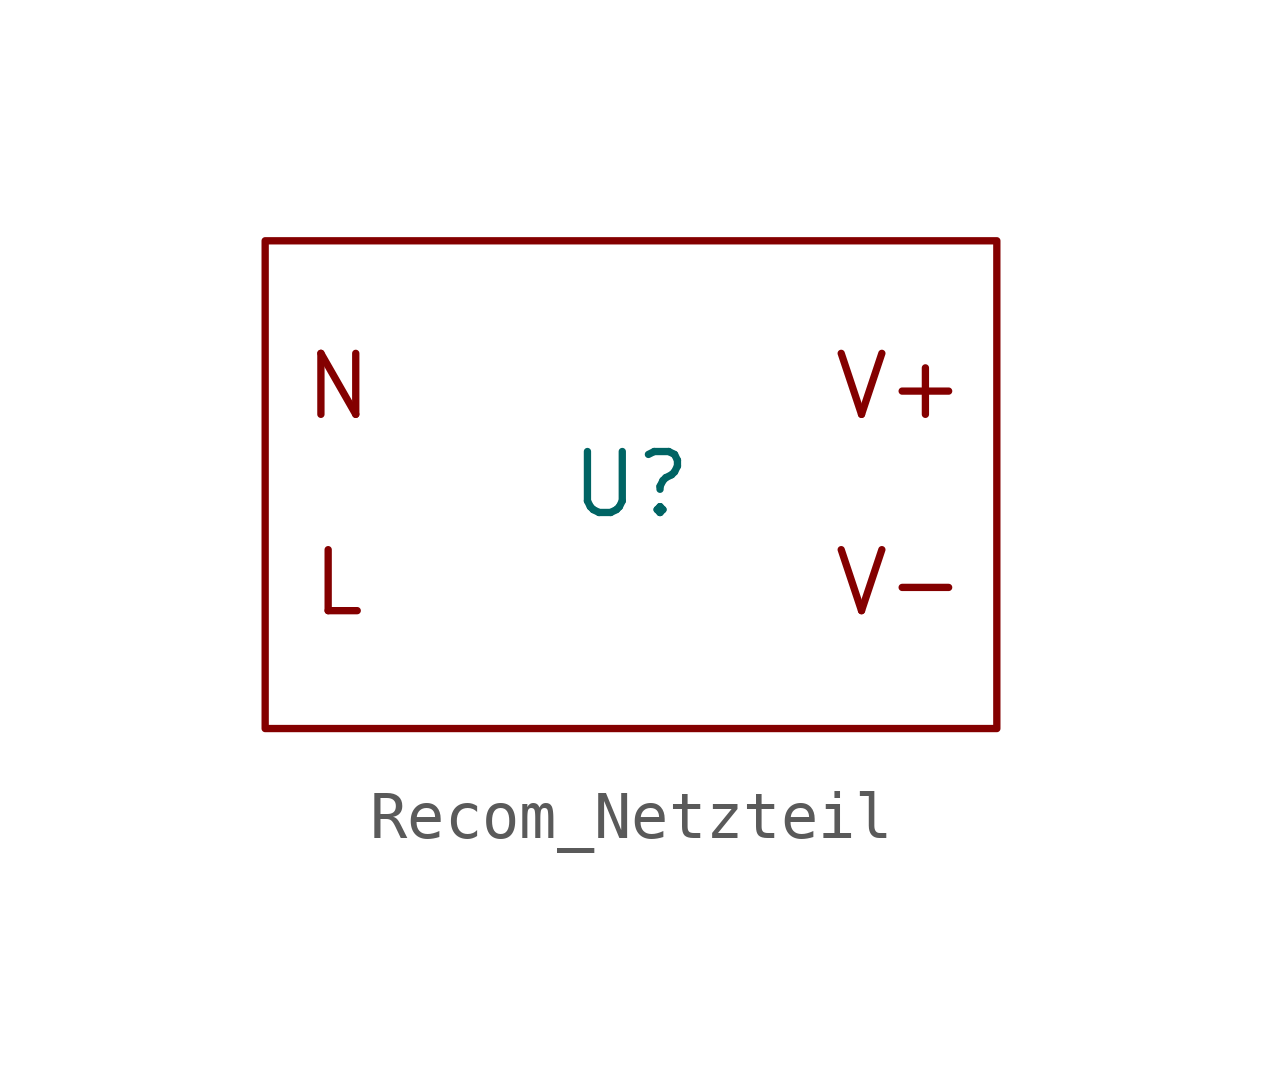
<source format=kicad_sym>
(kicad_symbol_lib
  (version 20241209)
  (generator "kicad_symbol_editor")
  (generator_version "9.0")
  (symbol "Recom_Netzteil"
    (property "Reference" "U"
      (at 0 0 0)
      (effects (font (size 1.27 1.27))))
    (symbol "Recom_Netzteil_0_1"
      (rectangle (start -7.62 5.08) (end 7.62 -5.08) (stroke (width 0) (type default)) (fill (type none))))
    (symbol "Recom_Netzteil_1_1"
      (text "N\n\nL\n" (at -6.096 0 0) (effects (font (size 1.27 1.27))))
      (text "V+\n\nV-\n" (at 5.588 0 0) (effects (font (size 1.27 1.27)))))))
</source>
